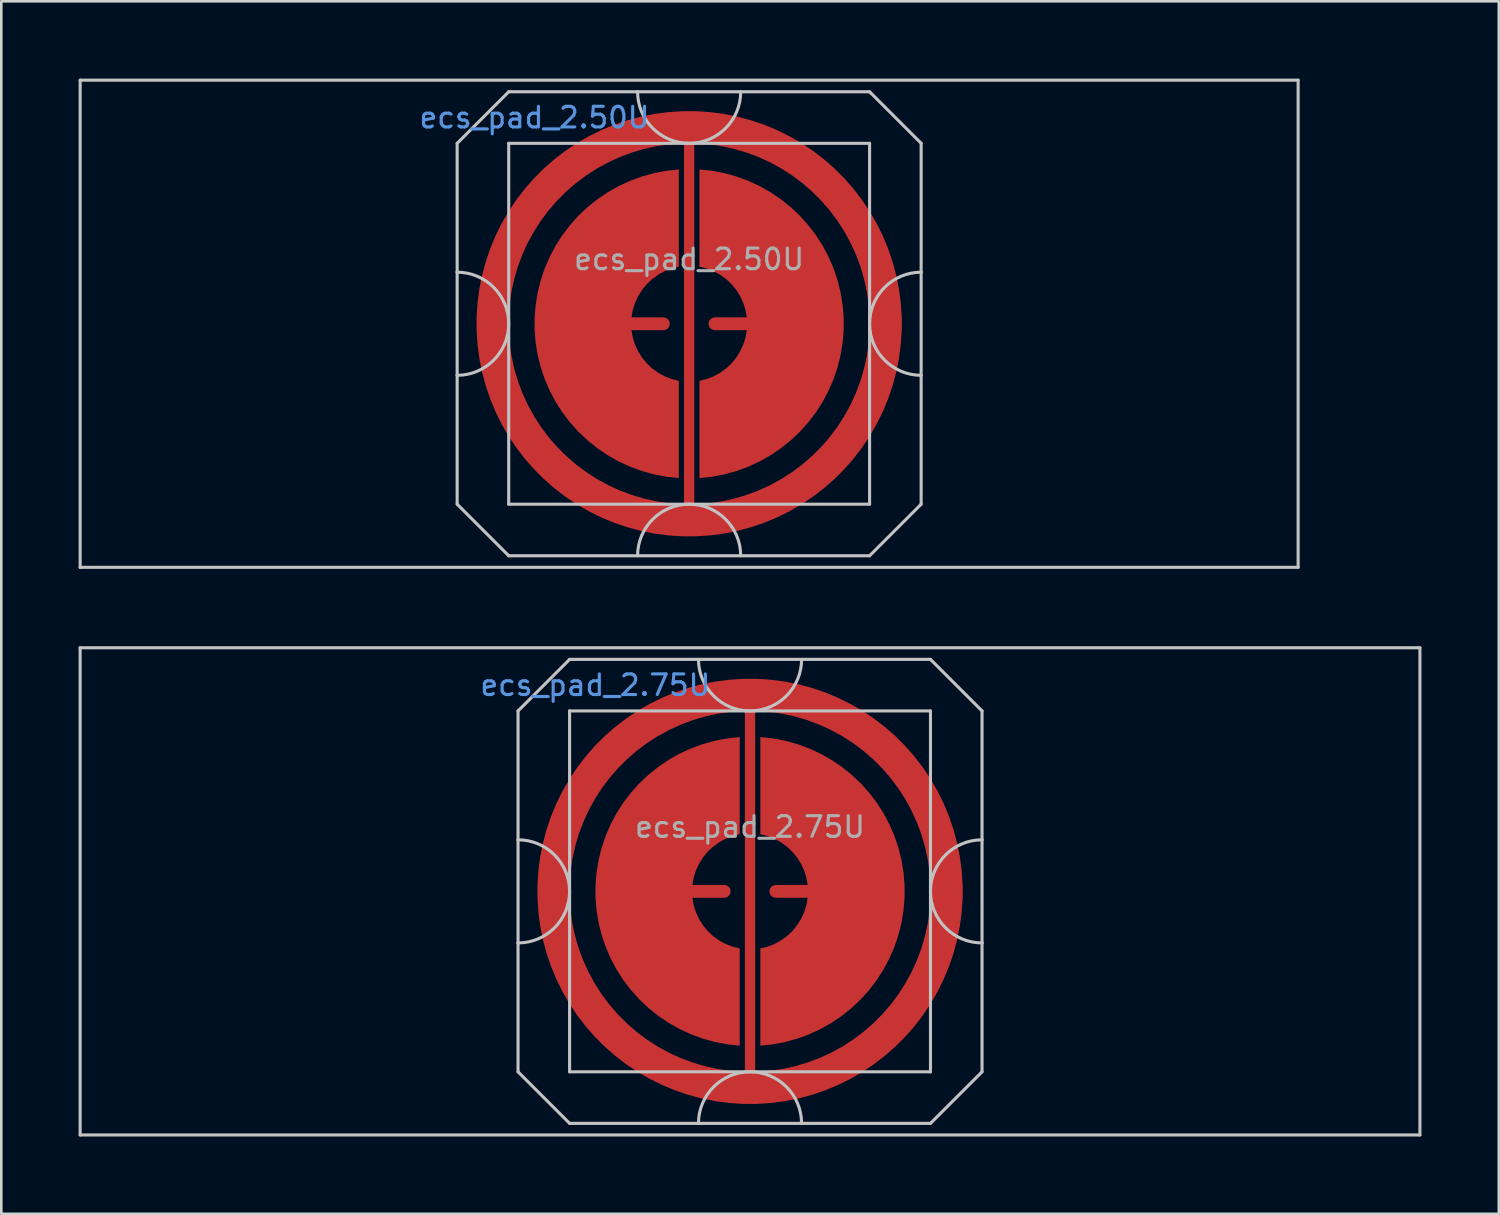
<source format=kicad_pcb>
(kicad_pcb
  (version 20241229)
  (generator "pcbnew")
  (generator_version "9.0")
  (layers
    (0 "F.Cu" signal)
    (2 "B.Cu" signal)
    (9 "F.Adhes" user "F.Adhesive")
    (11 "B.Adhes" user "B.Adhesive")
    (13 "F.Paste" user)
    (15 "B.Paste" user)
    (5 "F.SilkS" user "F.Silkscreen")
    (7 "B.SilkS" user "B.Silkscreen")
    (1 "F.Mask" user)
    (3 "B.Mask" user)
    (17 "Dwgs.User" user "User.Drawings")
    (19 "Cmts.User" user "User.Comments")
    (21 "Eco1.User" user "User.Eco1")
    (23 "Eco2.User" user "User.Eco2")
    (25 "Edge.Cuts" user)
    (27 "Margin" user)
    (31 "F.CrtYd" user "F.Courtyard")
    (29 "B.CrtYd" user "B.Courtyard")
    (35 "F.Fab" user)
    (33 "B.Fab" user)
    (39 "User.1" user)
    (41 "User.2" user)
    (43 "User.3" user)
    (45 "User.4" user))
  (footprint "ecs_pad_2.50U"
    (layer "F.Cu")
    (at 23.685 9.51)
    (property "Reference" "ecs_pad_2.50U" (at -6 -8 0) (layer "Cmts.User") (effects (font (size 0.8 0.8) (thickness 0.12))))
    (attr smd)
    (fp_line (start -23.625 -9.45) (end 23.625 -9.45) (stroke (width 0.12) (type solid)) (layer "Dwgs.User"))
    (fp_line (start -23.625 9.45) (end -23.625 -9.45) (stroke (width 0.12) (type solid)) (layer "Dwgs.User"))
    (fp_line (start -9 -7) (end -9 -2) (stroke (width 0.12) (type solid)) (layer "Dwgs.User"))
    (fp_line (start -9 -2) (end -9 2) (stroke (width 0.12) (type solid)) (layer "Dwgs.User"))
    (fp_line (start -9 2) (end -9 7) (stroke (width 0.12) (type solid)) (layer "Dwgs.User"))
    (fp_line (start -9 7) (end -7 9) (stroke (width 0.12) (type solid)) (layer "Dwgs.User"))
    (fp_line (start -7 -9) (end -9 -7) (stroke (width 0.12) (type solid)) (layer "Dwgs.User"))
    (fp_line (start -7 -7) (end -7 7) (stroke (width 0.12) (type solid)) (layer "Dwgs.User"))
    (fp_line (start -7 7) (end 7 7) (stroke (width 0.12) (type solid)) (layer "Dwgs.User"))
    (fp_line (start -7 9) (end 7 9) (stroke (width 0.12) (type solid)) (layer "Dwgs.User"))
    (fp_line (start 7 -9) (end -7 -9) (stroke (width 0.12) (type solid)) (layer "Dwgs.User"))
    (fp_line (start 7 -9) (end 9 -7) (stroke (width 0.12) (type solid)) (layer "Dwgs.User"))
    (fp_line (start 7 -7) (end -7 -7) (stroke (width 0.12) (type solid)) (layer "Dwgs.User"))
    (fp_line (start 7 7) (end 7 -7) (stroke (width 0.12) (type solid)) (layer "Dwgs.User"))
    (fp_line (start 7 9) (end 9 7) (stroke (width 0.12) (type solid)) (layer "Dwgs.User"))
    (fp_line (start 9 -2) (end 9 -7) (stroke (width 0.12) (type solid)) (layer "Dwgs.User"))
    (fp_line (start 9 -2) (end 9 2) (stroke (width 0.12) (type solid)) (layer "Dwgs.User"))
    (fp_line (start 9 7) (end 9 2) (stroke (width 0.12) (type solid)) (layer "Dwgs.User"))
    (fp_line (start 23.625 -9.45) (end 23.625 9.45) (stroke (width 0.12) (type solid)) (layer "Dwgs.User"))
    (fp_line (start 23.625 9.45) (end -23.625 9.45) (stroke (width 0.12) (type solid)) (layer "Dwgs.User"))
    (fp_arc (start -9 -2) (mid -7 0) (end -9 2) (stroke (width 0.12) (type solid)) (layer "Dwgs.User"))
    (fp_arc (start -2 9) (mid 0 7) (end 2 9) (stroke (width 0.12) (type solid)) (layer "Dwgs.User"))
    (fp_arc (start 2 -9) (mid 0 -7) (end -2 -9) (stroke (width 0.12) (type solid)) (layer "Dwgs.User"))
    (fp_arc (start 9 2) (mid 7 0) (end 9 -2) (stroke (width 0.12) (type solid)) (layer "Dwgs.User"))
    (fp_circle (center 0 0) (end 6.553 0) (stroke (width 0.12) (type solid)) (fill no) (layer "User.3"))
    (fp_text user "${REFERENCE}" (at 0 -2.5 0) (layer "F.Fab") (effects (font (size 0.8 0.8) (thickness 0.12))))
    (pad "1" smd custom (at -1 0) (size 0.4 0.4) (layers "F.Cu") (options (anchor circle)) (primitives (gr_poly (pts (xy 0.6 -2.214) (xy 0.32 -2.145) (xy 0.052 -2.041) (xy -0.201 -1.903) (xy -0.434 -1.734) (xy -0.644 -1.536) (xy -0.826 -1.314) (xy -0.979 -1.07) (xy -1.1 -0.808) (xy -1.186 -0.534) (xy -1.236 -0.25) (xy 0 -0.25) (xy 0.096 -0.231) (xy 0.177 -0.177) (xy 0.231 -0.096) (xy 0.25 0) (xy 0.231 0.096) (xy 0.177 0.177) (xy 0.096 0.231) (xy 0 0.25) (xy -1.236 0.25) (xy -1.186 0.534) (xy -1.1 0.808) (xy -0.979 1.07) (xy -0.826 1.314) (xy -0.644 1.536) (xy -0.434 1.734) (xy -0.201 1.903) (xy 0.052 2.041) (xy 0.32 2.145) (xy 0.6 2.214) (xy 0.6 5.987) (xy 0.115 5.934) (xy -0.364 5.843) (xy -0.834 5.713) (xy -1.292 5.545) (xy -1.735 5.341) (xy -2.159 5.101) (xy -2.563 4.827) (xy -2.943 4.522) (xy -3.298 4.187) (xy -3.623 3.824) (xy -3.919 3.436) (xy -4.182 3.025) (xy -4.41 2.594) (xy -4.603 2.147) (xy -4.759 1.684) (xy -4.876 1.211) (xy -4.955 0.73) (xy -4.995 0.244) (xy -4.995 -0.244) (xy -4.955 -0.73) (xy -4.876 -1.211) (xy -4.759 -1.684) (xy -4.603 -2.147) (xy -4.41 -2.594) (xy -4.182 -3.025) (xy -3.919 -3.436) (xy -3.623 -3.824) (xy -3.298 -4.187) (xy -2.943 -4.522) (xy -2.563 -4.827) (xy -2.159 -5.101) (xy -1.735 -5.341) (xy -1.292 -5.545) (xy -0.834 -5.713) (xy -0.364 -5.843) (xy 0.115 -5.934) (xy 0.6 -5.987)) (width 0) (fill yes))))
    (pad "2" smd custom (at 1 0 180) (size 0.4 0.4) (layers "F.Cu") (options (anchor circle)) (primitives (gr_poly (pts (xy 0.6 -2.214) (xy 0.32 -2.145) (xy 0.052 -2.041) (xy -0.201 -1.903) (xy -0.434 -1.734) (xy -0.644 -1.536) (xy -0.826 -1.314) (xy -0.979 -1.07) (xy -1.1 -0.808) (xy -1.186 -0.534) (xy -1.236 -0.25) (xy 0 -0.25) (xy 0.096 -0.231) (xy 0.177 -0.177) (xy 0.231 -0.096) (xy 0.25 0) (xy 0.231 0.096) (xy 0.177 0.177) (xy 0.096 0.231) (xy 0 0.25) (xy -1.236 0.25) (xy -1.186 0.534) (xy -1.1 0.808) (xy -0.979 1.07) (xy -0.826 1.314) (xy -0.644 1.536) (xy -0.434 1.734) (xy -0.201 1.903) (xy 0.052 2.041) (xy 0.32 2.145) (xy 0.6 2.214) (xy 0.6 5.987) (xy 0.115 5.934) (xy -0.364 5.843) (xy -0.834 5.713) (xy -1.292 5.545) (xy -1.735 5.341) (xy -2.159 5.101) (xy -2.563 4.827) (xy -2.943 4.522) (xy -3.298 4.187) (xy -3.623 3.824) (xy -3.919 3.436) (xy -4.182 3.025) (xy -4.41 2.594) (xy -4.603 2.147) (xy -4.759 1.684) (xy -4.876 1.211) (xy -4.955 0.73) (xy -4.995 0.244) (xy -4.995 -0.244) (xy -4.955 -0.73) (xy -4.876 -1.211) (xy -4.759 -1.684) (xy -4.603 -2.147) (xy -4.41 -2.594) (xy -4.182 -3.025) (xy -3.919 -3.436) (xy -3.623 -3.824) (xy -3.298 -4.187) (xy -2.943 -4.522) (xy -2.563 -4.827) (xy -2.159 -5.101) (xy -1.735 -5.341) (xy -1.292 -5.545) (xy -0.834 -5.713) (xy -0.364 -5.843) (xy 0.115 -5.934) (xy 0.6 -5.987)) (width 0) (fill yes))))
    (pad "3" smd custom (at 8 0) (size 0.5 0.5) (layers "F.Cu") (options (anchor rect)) (primitives (gr_circle (center -8 0) (end -0.375 0) (width 1.25) (fill no)) (gr_line (start -8 8) (end -8 -8) (width 0.4))))
    (zone (net_name "") (layer "B.Cu") (hatch edge 0.508) (connect_pads) (min_thickness 0.254) (filled_areas_thickness no) (keepout (tracks allowed) (vias allowed) (pads allowed) (copperpour not_allowed) (footprints allowed)) (placement (enabled no)) (fill) (polygon (pts (xy 30.243 9.51) (xy 30.223 8.995) (xy 30.163 8.484) (xy 30.062 7.979) (xy 29.922 7.483) (xy 29.744 7) (xy 29.528 6.533) (xy 29.277 6.083) (xy 28.991 5.655) (xy 28.672 5.251) (xy 28.322 4.873) (xy 27.944 4.523) (xy 27.54 4.204) (xy 27.112 3.918) (xy 26.662 3.667) (xy 26.195 3.451) (xy 25.712 3.273) (xy 25.216 3.133) (xy 24.711 3.032) (xy 24.2 2.972) (xy 23.685 2.952) (xy 23.17 2.972) (xy 22.659 3.032) (xy 22.154 3.133) (xy 21.658 3.273) (xy 21.175 3.451) (xy 20.708 3.667) (xy 20.258 3.918) (xy 19.83 4.204) (xy 19.426 4.523) (xy 19.048 4.873) (xy 18.698 5.251) (xy 18.379 5.655) (xy 18.093 6.083) (xy 17.842 6.533) (xy 17.626 7) (xy 17.448 7.483) (xy 17.308 7.979) (xy 17.207 8.484) (xy 17.147 8.995) (xy 17.127 9.51) (xy 17.147 10.025) (xy 17.207 10.536) (xy 17.308 11.041) (xy 17.448 11.537) (xy 17.626 12.02) (xy 17.842 12.487) (xy 18.093 12.937) (xy 18.379 13.365) (xy 18.698 13.769) (xy 19.048 14.147) (xy 19.426 14.497) (xy 19.83 14.816) (xy 20.258 15.102) (xy 20.708 15.353) (xy 21.175 15.569) (xy 21.658 15.747) (xy 22.154 15.887) (xy 22.659 15.988) (xy 23.17 16.048) (xy 23.685 16.068) (xy 24.2 16.048) (xy 24.711 15.988) (xy 25.216 15.887) (xy 25.712 15.747) (xy 26.195 15.569) (xy 26.662 15.353) (xy 27.112 15.102) (xy 27.54 14.816) (xy 27.944 14.497) (xy 28.322 14.147) (xy 28.672 13.769) (xy 28.991 13.365) (xy 29.277 12.937) (xy 29.528 12.487) (xy 29.744 12.02) (xy 29.922 11.537) (xy 30.062 11.041) (xy 30.163 10.536) (xy 30.223 10.025)))))
  (footprint "ecs_pad_2.75U"
    (layer "F.Cu")
    (at 26.047 31.53)
    (property "Reference" "ecs_pad_2.75U" (at -6 -8 0) (layer "Cmts.User") (effects (font (size 0.8 0.8) (thickness 0.12))))
    (attr smd)
    (fp_line (start -25.988 -9.45) (end 25.988 -9.45) (stroke (width 0.12) (type solid)) (layer "Dwgs.User"))
    (fp_line (start -25.988 9.45) (end -25.988 -9.45) (stroke (width 0.12) (type solid)) (layer "Dwgs.User"))
    (fp_line (start -9 -7) (end -9 -2) (stroke (width 0.12) (type solid)) (layer "Dwgs.User"))
    (fp_line (start -9 -2) (end -9 2) (stroke (width 0.12) (type solid)) (layer "Dwgs.User"))
    (fp_line (start -9 2) (end -9 7) (stroke (width 0.12) (type solid)) (layer "Dwgs.User"))
    (fp_line (start -9 7) (end -7 9) (stroke (width 0.12) (type solid)) (layer "Dwgs.User"))
    (fp_line (start -7 -9) (end -9 -7) (stroke (width 0.12) (type solid)) (layer "Dwgs.User"))
    (fp_line (start -7 -7) (end -7 7) (stroke (width 0.12) (type solid)) (layer "Dwgs.User"))
    (fp_line (start -7 7) (end 7 7) (stroke (width 0.12) (type solid)) (layer "Dwgs.User"))
    (fp_line (start -7 9) (end 7 9) (stroke (width 0.12) (type solid)) (layer "Dwgs.User"))
    (fp_line (start 7 -9) (end -7 -9) (stroke (width 0.12) (type solid)) (layer "Dwgs.User"))
    (fp_line (start 7 -9) (end 9 -7) (stroke (width 0.12) (type solid)) (layer "Dwgs.User"))
    (fp_line (start 7 -7) (end -7 -7) (stroke (width 0.12) (type solid)) (layer "Dwgs.User"))
    (fp_line (start 7 7) (end 7 -7) (stroke (width 0.12) (type solid)) (layer "Dwgs.User"))
    (fp_line (start 7 9) (end 9 7) (stroke (width 0.12) (type solid)) (layer "Dwgs.User"))
    (fp_line (start 9 -2) (end 9 -7) (stroke (width 0.12) (type solid)) (layer "Dwgs.User"))
    (fp_line (start 9 -2) (end 9 2) (stroke (width 0.12) (type solid)) (layer "Dwgs.User"))
    (fp_line (start 9 7) (end 9 2) (stroke (width 0.12) (type solid)) (layer "Dwgs.User"))
    (fp_line (start 25.988 -9.45) (end 25.988 9.45) (stroke (width 0.12) (type solid)) (layer "Dwgs.User"))
    (fp_line (start 25.988 9.45) (end -25.988 9.45) (stroke (width 0.12) (type solid)) (layer "Dwgs.User"))
    (fp_arc (start -9 -2) (mid -7 0) (end -9 2) (stroke (width 0.12) (type solid)) (layer "Dwgs.User"))
    (fp_arc (start -2 9) (mid 0 7) (end 2 9) (stroke (width 0.12) (type solid)) (layer "Dwgs.User"))
    (fp_arc (start 2 -9) (mid 0 -7) (end -2 -9) (stroke (width 0.12) (type solid)) (layer "Dwgs.User"))
    (fp_arc (start 9 2) (mid 7 0) (end 9 -2) (stroke (width 0.12) (type solid)) (layer "Dwgs.User"))
    (fp_circle (center 0 0) (end 6.553 0) (stroke (width 0.12) (type solid)) (fill no) (layer "User.3"))
    (fp_text user "${REFERENCE}" (at 0 -2.5 0) (layer "F.Fab") (effects (font (size 0.8 0.8) (thickness 0.12))))
    (pad "1" smd custom (at -1 0) (size 0.4 0.4) (layers "F.Cu") (options (anchor circle)) (primitives (gr_poly (pts (xy 0.6 -2.214) (xy 0.32 -2.145) (xy 0.052 -2.041) (xy -0.201 -1.903) (xy -0.434 -1.734) (xy -0.644 -1.536) (xy -0.826 -1.314) (xy -0.979 -1.07) (xy -1.1 -0.808) (xy -1.186 -0.534) (xy -1.236 -0.25) (xy 0 -0.25) (xy 0.096 -0.231) (xy 0.177 -0.177) (xy 0.231 -0.096) (xy 0.25 0) (xy 0.231 0.096) (xy 0.177 0.177) (xy 0.096 0.231) (xy 0 0.25) (xy -1.236 0.25) (xy -1.186 0.534) (xy -1.1 0.808) (xy -0.979 1.07) (xy -0.826 1.314) (xy -0.644 1.536) (xy -0.434 1.734) (xy -0.201 1.903) (xy 0.052 2.041) (xy 0.32 2.145) (xy 0.6 2.214) (xy 0.6 5.987) (xy 0.115 5.934) (xy -0.364 5.843) (xy -0.834 5.713) (xy -1.292 5.545) (xy -1.735 5.341) (xy -2.159 5.101) (xy -2.563 4.827) (xy -2.943 4.522) (xy -3.298 4.187) (xy -3.623 3.824) (xy -3.919 3.436) (xy -4.182 3.025) (xy -4.41 2.594) (xy -4.603 2.147) (xy -4.759 1.684) (xy -4.876 1.211) (xy -4.955 0.73) (xy -4.995 0.244) (xy -4.995 -0.244) (xy -4.955 -0.73) (xy -4.876 -1.211) (xy -4.759 -1.684) (xy -4.603 -2.147) (xy -4.41 -2.594) (xy -4.182 -3.025) (xy -3.919 -3.436) (xy -3.623 -3.824) (xy -3.298 -4.187) (xy -2.943 -4.522) (xy -2.563 -4.827) (xy -2.159 -5.101) (xy -1.735 -5.341) (xy -1.292 -5.545) (xy -0.834 -5.713) (xy -0.364 -5.843) (xy 0.115 -5.934) (xy 0.6 -5.987)) (width 0) (fill yes))))
    (pad "2" smd custom (at 1 0 180) (size 0.4 0.4) (layers "F.Cu") (options (anchor circle)) (primitives (gr_poly (pts (xy 0.6 -2.214) (xy 0.32 -2.145) (xy 0.052 -2.041) (xy -0.201 -1.903) (xy -0.434 -1.734) (xy -0.644 -1.536) (xy -0.826 -1.314) (xy -0.979 -1.07) (xy -1.1 -0.808) (xy -1.186 -0.534) (xy -1.236 -0.25) (xy 0 -0.25) (xy 0.096 -0.231) (xy 0.177 -0.177) (xy 0.231 -0.096) (xy 0.25 0) (xy 0.231 0.096) (xy 0.177 0.177) (xy 0.096 0.231) (xy 0 0.25) (xy -1.236 0.25) (xy -1.186 0.534) (xy -1.1 0.808) (xy -0.979 1.07) (xy -0.826 1.314) (xy -0.644 1.536) (xy -0.434 1.734) (xy -0.201 1.903) (xy 0.052 2.041) (xy 0.32 2.145) (xy 0.6 2.214) (xy 0.6 5.987) (xy 0.115 5.934) (xy -0.364 5.843) (xy -0.834 5.713) (xy -1.292 5.545) (xy -1.735 5.341) (xy -2.159 5.101) (xy -2.563 4.827) (xy -2.943 4.522) (xy -3.298 4.187) (xy -3.623 3.824) (xy -3.919 3.436) (xy -4.182 3.025) (xy -4.41 2.594) (xy -4.603 2.147) (xy -4.759 1.684) (xy -4.876 1.211) (xy -4.955 0.73) (xy -4.995 0.244) (xy -4.995 -0.244) (xy -4.955 -0.73) (xy -4.876 -1.211) (xy -4.759 -1.684) (xy -4.603 -2.147) (xy -4.41 -2.594) (xy -4.182 -3.025) (xy -3.919 -3.436) (xy -3.623 -3.824) (xy -3.298 -4.187) (xy -2.943 -4.522) (xy -2.563 -4.827) (xy -2.159 -5.101) (xy -1.735 -5.341) (xy -1.292 -5.545) (xy -0.834 -5.713) (xy -0.364 -5.843) (xy 0.115 -5.934) (xy 0.6 -5.987)) (width 0) (fill yes))))
    (pad "3" smd custom (at 8 0) (size 0.5 0.5) (layers "F.Cu") (options (anchor rect)) (primitives (gr_circle (center -8 0) (end -0.375 0) (width 1.25) (fill no)) (gr_line (start -8 8) (end -8 -8) (width 0.4))))
    (zone (net_name "") (layer "B.Cu") (hatch edge 0.508) (connect_pads) (min_thickness 0.254) (filled_areas_thickness no) (keepout (tracks allowed) (vias allowed) (pads allowed) (copperpour not_allowed) (footprints allowed)) (placement (enabled no)) (fill) (polygon (pts (xy 32.606 31.53) (xy 32.586 31.015) (xy 32.525 30.504) (xy 32.425 29.999) (xy 32.285 29.503) (xy 32.107 29.02) (xy 31.891 28.553) (xy 31.639 28.103) (xy 31.353 27.675) (xy 31.034 27.271) (xy 30.685 26.893) (xy 30.307 26.543) (xy 29.902 26.224) (xy 29.474 25.938) (xy 29.025 25.687) (xy 28.557 25.471) (xy 28.074 25.293) (xy 27.578 25.153) (xy 27.073 25.052) (xy 26.562 24.992) (xy 26.047 24.972) (xy 25.533 24.992) (xy 25.022 25.052) (xy 24.517 25.153) (xy 24.021 25.293) (xy 23.538 25.471) (xy 23.07 25.687) (xy 22.621 25.938) (xy 22.193 26.224) (xy 21.788 26.543) (xy 21.41 26.893) (xy 21.061 27.271) (xy 20.742 27.675) (xy 20.456 28.103) (xy 20.204 28.553) (xy 19.988 29.02) (xy 19.81 29.503) (xy 19.67 29.999) (xy 19.57 30.504) (xy 19.509 31.015) (xy 19.489 31.53) (xy 19.509 32.045) (xy 19.57 32.556) (xy 19.67 33.061) (xy 19.81 33.557) (xy 19.988 34.04) (xy 20.204 34.507) (xy 20.456 34.957) (xy 20.742 35.385) (xy 21.061 35.789) (xy 21.41 36.167) (xy 21.788 36.517) (xy 22.193 36.836) (xy 22.621 37.122) (xy 23.07 37.373) (xy 23.538 37.589) (xy 24.021 37.767) (xy 24.517 37.907) (xy 25.022 38.008) (xy 25.533 38.068) (xy 26.047 38.088) (xy 26.562 38.068) (xy 27.073 38.008) (xy 27.578 37.907) (xy 28.074 37.767) (xy 28.557 37.589) (xy 29.025 37.373) (xy 29.474 37.122) (xy 29.902 36.836) (xy 30.307 36.517) (xy 30.685 36.167) (xy 31.034 35.789) (xy 31.353 35.385) (xy 31.639 34.957) (xy 31.891 34.507) (xy 32.107 34.04) (xy 32.285 33.557) (xy 32.425 33.061) (xy 32.525 32.556) (xy 32.586 32.045)))))
  (gr_rect
    (start -3 -3)
    (end 55.095 44.04)
    (stroke (width 0.1) (type default))
    (fill no)
    (layer "Edge.Cuts")))
</source>
